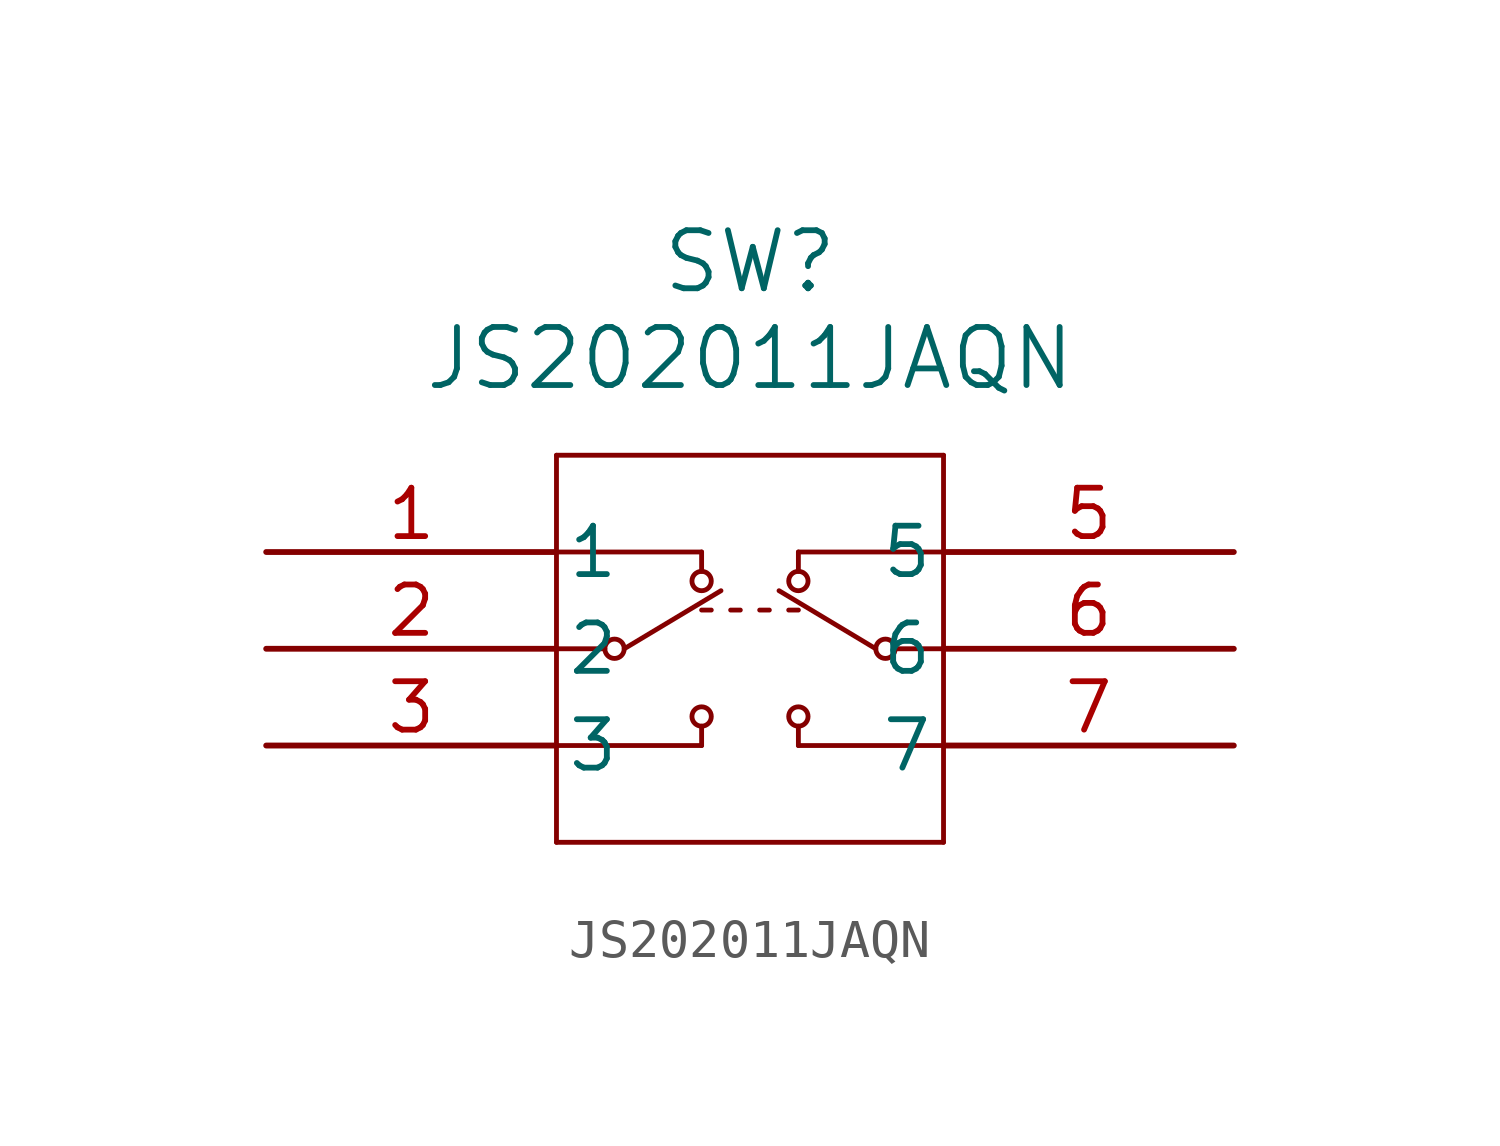
<source format=kicad_sym>
(kicad_symbol_lib
  (version 20220914)
  (generator kicad_symbol_editor)
  (symbol "JS202011JAQN"
    (pin_names
      (offset 0.254))
    (property "Reference" "SW"
      (at 12.7 7.62 0)
      (effects (font (size 1.524 1.524))))
    (property "Value" "JS202011JAQN"
      (at 12.7 5.08 0)
      (effects (font (size 1.524 1.524))))
    (property "ki_locked" ""
      (at 0 0 0)
      (effects (font (size 1.27 1.27))))
    (symbol "JS202011JAQN_0_1"
      (polyline (pts (xy 7.62 -7.62) (xy 17.78 -7.62)) (stroke (width 0.127) (type default)) (fill (type none)))
      (polyline (pts (xy 7.62 -5.08) (xy 11.43 -5.08)) (stroke (width 0.127) (type default)) (fill (type none)))
      (polyline (pts (xy 7.62 -2.54) (xy 8.89 -2.54)) (stroke (width 0.127) (type default)) (fill (type none)))
      (polyline (pts (xy 7.62 0) (xy 11.43 0)) (stroke (width 0.127) (type default)) (fill (type none)))
      (polyline (pts (xy 7.62 2.54) (xy 7.62 -7.62)) (stroke (width 0.127) (type default)) (fill (type none)))
      (polyline (pts (xy 9.398 -2.54) (xy 11.938 -1.016)) (stroke (width 0.127) (type default)) (fill (type none)))
      (polyline (pts (xy 11.43 -4.572) (xy 11.43 -5.08)) (stroke (width 0.127) (type default)) (fill (type none)))
      (polyline (pts (xy 11.43 -1.524) (xy 11.684 -1.524)) (stroke (width 0.127) (type default)) (fill (type none)))
      (polyline (pts (xy 11.43 0) (xy 11.43 -0.508)) (stroke (width 0.127) (type default)) (fill (type none)))
      (polyline (pts (xy 12.192 -1.524) (xy 12.446 -1.524)) (stroke (width 0.127) (type default)) (fill (type none)))
      (polyline (pts (xy 12.954 -1.524) (xy 13.208 -1.524)) (stroke (width 0.127) (type default)) (fill (type none)))
      (polyline (pts (xy 13.716 -1.524) (xy 13.97 -1.524)) (stroke (width 0.127) (type default)) (fill (type none)))
      (polyline (pts (xy 13.97 -4.572) (xy 13.97 -5.08)) (stroke (width 0.127) (type default)) (fill (type none)))
      (polyline (pts (xy 13.97 0) (xy 13.97 -0.508)) (stroke (width 0.127) (type default)) (fill (type none)))
      (polyline (pts (xy 16.002 -2.54) (xy 13.462 -1.016)) (stroke (width 0.127) (type default)) (fill (type none)))
      (polyline (pts (xy 17.78 -7.62) (xy 17.78 2.54)) (stroke (width 0.127) (type default)) (fill (type none)))
      (polyline (pts (xy 17.78 -5.08) (xy 13.97 -5.08)) (stroke (width 0.127) (type default)) (fill (type none)))
      (polyline (pts (xy 17.78 -2.54) (xy 16.51 -2.54)) (stroke (width 0.127) (type default)) (fill (type none)))
      (polyline (pts (xy 17.78 0) (xy 13.97 0)) (stroke (width 0.127) (type default)) (fill (type none)))
      (polyline (pts (xy 17.78 2.54) (xy 7.62 2.54)) (stroke (width 0.127) (type default)) (fill (type none)))
      (circle (center 9.144 -2.54) (radius 0.254) (stroke (width 0.127) (type default)) (fill (type none)))
      (circle (center 11.43 -4.318) (radius 0.254) (stroke (width 0.127) (type default)) (fill (type none)))
      (circle (center 11.43 -0.762) (radius 0.254) (stroke (width 0.127) (type default)) (fill (type none)))
      (circle (center 13.97 -4.318) (radius 0.254) (stroke (width 0.127) (type default)) (fill (type none)))
      (circle (center 13.97 -0.762) (radius 0.254) (stroke (width 0.127) (type default)) (fill (type none)))
      (circle (center 16.256 -2.54) (radius 0.254) (stroke (width 0.127) (type default)) (fill (type none)))
      (pin unspecified line (at 0 0 0) (length 7.62) (name "1" (effects (font (size 1.27 1.27)))) (number "1" (effects (font (size 1.27 1.27)))))
      (pin unspecified line (at 0 -2.54 0) (length 7.62) (name "2" (effects (font (size 1.27 1.27)))) (number "2" (effects (font (size 1.27 1.27)))))
      (pin unspecified line (at 0 -5.08 0) (length 7.62) (name "3" (effects (font (size 1.27 1.27)))) (number "3" (effects (font (size 1.27 1.27)))))
      (pin unspecified line (at 25.4 0 180) (length 7.62) (name "5" (effects (font (size 1.27 1.27)))) (number "5" (effects (font (size 1.27 1.27)))))
      (pin unspecified line (at 25.4 -2.54 180) (length 7.62) (name "6" (effects (font (size 1.27 1.27)))) (number "6" (effects (font (size 1.27 1.27)))))
      (pin unspecified line (at 25.4 -5.08 180) (length 7.62) (name "7" (effects (font (size 1.27 1.27)))) (number "7" (effects (font (size 1.27 1.27))))))))
</source>
